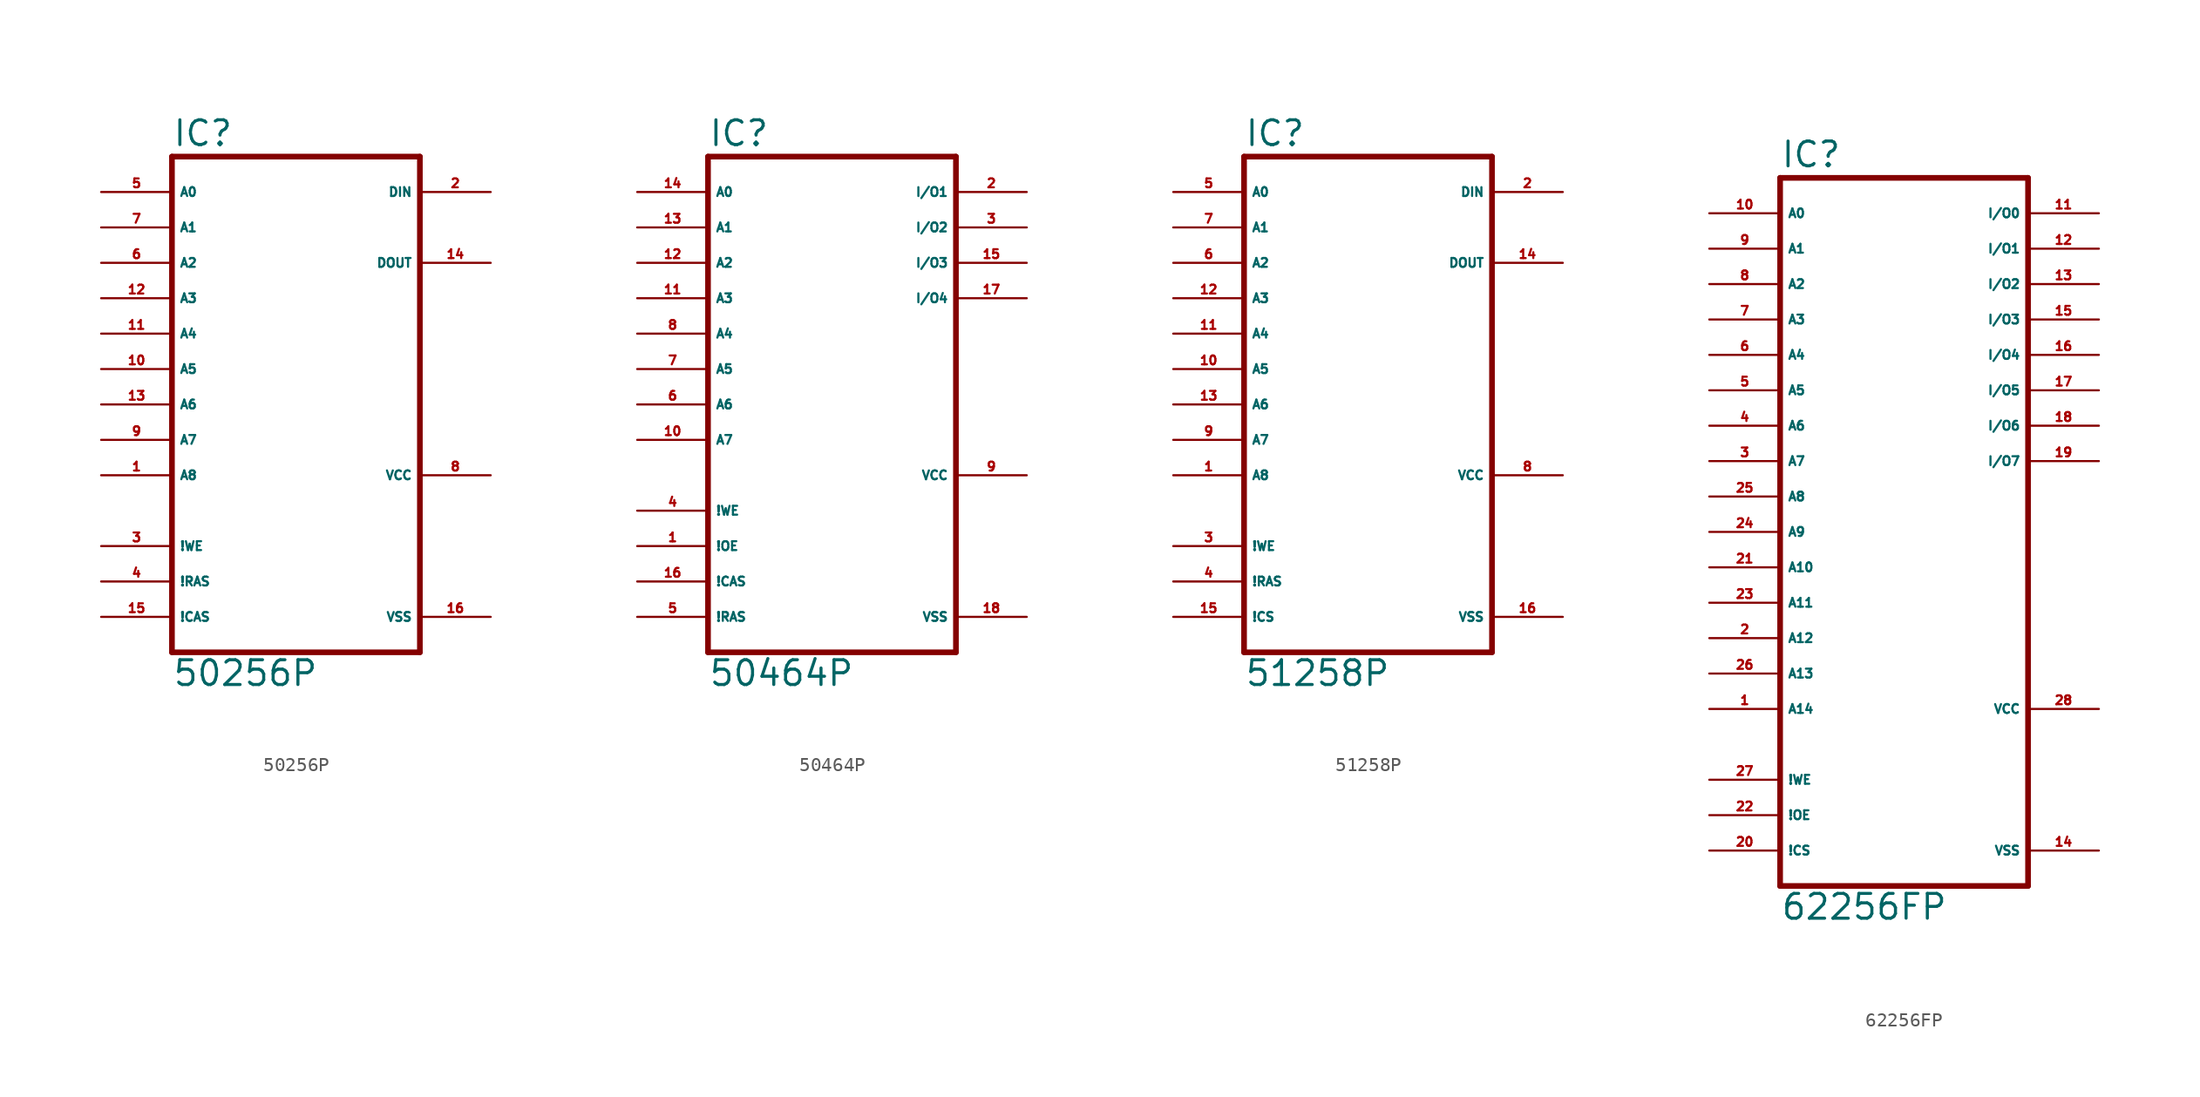
<source format=kicad_sym>
(kicad_symbol_lib
  (version 20220914)
  (generator Eagle2Kicad)
  (symbol "50256P"
    (property "Reference" "IC"
      (at -10.16 18.415 0)
      (effects (font (size 1.778 1.778) (thickness 0.22)) (justify left bottom)))
    (property "Value" "50256P"
      (at -10.16 -20.32 0)
      (effects (font (size 1.778 1.778) (thickness 0.22)) (justify left bottom)))
    (polyline
      (pts (xy -10.16 -17.78) (xy 7.62 -17.78))
      (stroke (width 0.406) (type default))
      (fill (type none)))
    (polyline
      (pts (xy 7.62 17.78) (xy 7.62 -17.78))
      (stroke (width 0.406) (type default))
      (fill (type none)))
    (polyline
      (pts (xy 7.62 17.78) (xy -10.16 17.78))
      (stroke (width 0.406) (type default))
      (fill (type none)))
    (polyline
      (pts (xy -10.16 -17.78) (xy -10.16 17.78))
      (stroke (width 0.406) (type default))
      (fill (type none)))
    (pin input line
      (at -15.24 15.24 0)
      (length 5.08)
      (name "A0" (effects (font (size 0.635 0.635) (thickness 0.08)) (justify left bottom)))
      (number "5" (effects (font (size 0.635 0.635) (thickness 0.08)) (justify left bottom))))
    (pin input line
      (at -15.24 12.7 0)
      (length 5.08)
      (name "A1" (effects (font (size 0.635 0.635) (thickness 0.08)) (justify left bottom)))
      (number "7" (effects (font (size 0.635 0.635) (thickness 0.08)) (justify left bottom))))
    (pin input line
      (at -15.24 10.16 0)
      (length 5.08)
      (name "A2" (effects (font (size 0.635 0.635) (thickness 0.08)) (justify left bottom)))
      (number "6" (effects (font (size 0.635 0.635) (thickness 0.08)) (justify left bottom))))
    (pin input line
      (at -15.24 7.62 0)
      (length 5.08)
      (name "A3" (effects (font (size 0.635 0.635) (thickness 0.08)) (justify left bottom)))
      (number "12" (effects (font (size 0.635 0.635) (thickness 0.08)) (justify left bottom))))
    (pin input line
      (at -15.24 5.08 0)
      (length 5.08)
      (name "A4" (effects (font (size 0.635 0.635) (thickness 0.08)) (justify left bottom)))
      (number "11" (effects (font (size 0.635 0.635) (thickness 0.08)) (justify left bottom))))
    (pin input line
      (at -15.24 2.54 0)
      (length 5.08)
      (name "A5" (effects (font (size 0.635 0.635) (thickness 0.08)) (justify left bottom)))
      (number "10" (effects (font (size 0.635 0.635) (thickness 0.08)) (justify left bottom))))
    (pin input line
      (at -15.24 0 0)
      (length 5.08)
      (name "A6" (effects (font (size 0.635 0.635) (thickness 0.08)) (justify left bottom)))
      (number "13" (effects (font (size 0.635 0.635) (thickness 0.08)) (justify left bottom))))
    (pin input line
      (at -15.24 -2.54 0)
      (length 5.08)
      (name "A7" (effects (font (size 0.635 0.635) (thickness 0.08)) (justify left bottom)))
      (number "9" (effects (font (size 0.635 0.635) (thickness 0.08)) (justify left bottom))))
    (pin input line
      (at -15.24 -5.08 0)
      (length 5.08)
      (name "A8" (effects (font (size 0.635 0.635) (thickness 0.08)) (justify left bottom)))
      (number "1" (effects (font (size 0.635 0.635) (thickness 0.08)) (justify left bottom))))
    (pin input line
      (at -15.24 -10.16 0)
      (length 5.08)
      (name "!WE" (effects (font (size 0.635 0.635) (thickness 0.08)) (justify left bottom)))
      (number "3" (effects (font (size 0.635 0.635) (thickness 0.08)) (justify left bottom))))
    (pin input line
      (at -15.24 -12.7 0)
      (length 5.08)
      (name "!RAS" (effects (font (size 0.635 0.635) (thickness 0.08)) (justify left bottom)))
      (number "4" (effects (font (size 0.635 0.635) (thickness 0.08)) (justify left bottom))))
    (pin input line
      (at -15.24 -15.24 0)
      (length 5.08)
      (name "!CAS" (effects (font (size 0.635 0.635) (thickness 0.08)) (justify left bottom)))
      (number "15" (effects (font (size 0.635 0.635) (thickness 0.08)) (justify left bottom))))
    (pin unspecified line
      (at 12.7 -15.24 180)
      (length 5.08)
      (name "VSS" (effects (font (size 0.635 0.635) (thickness 0.08)) (justify left bottom)))
      (number "16" (effects (font (size 0.635 0.635) (thickness 0.08)) (justify left bottom))))
    (pin unspecified line
      (at 12.7 -5.08 180)
      (length 5.08)
      (name "VCC" (effects (font (size 0.635 0.635) (thickness 0.08)) (justify left bottom)))
      (number "8" (effects (font (size 0.635 0.635) (thickness 0.08)) (justify left bottom))))
    (pin input line
      (at 12.7 15.24 180)
      (length 5.08)
      (name "DIN" (effects (font (size 0.635 0.635) (thickness 0.08)) (justify left bottom)))
      (number "2" (effects (font (size 0.635 0.635) (thickness 0.08)) (justify left bottom))))
    (pin tri_state line
      (at 12.7 10.16 180)
      (length 5.08)
      (name "DOUT" (effects (font (size 0.635 0.635) (thickness 0.08)) (justify left bottom)))
      (number "14" (effects (font (size 0.635 0.635) (thickness 0.08)) (justify left bottom)))))
  (symbol "50464P"
    (property "Reference" "IC"
      (at -10.16 15.875 0)
      (effects (font (size 1.778 1.778) (thickness 0.22)) (justify left bottom)))
    (property "Value" "50464P"
      (at -10.16 -22.86 0)
      (effects (font (size 1.778 1.778) (thickness 0.22)) (justify left bottom)))
    (polyline
      (pts (xy -10.16 -20.32) (xy 7.62 -20.32))
      (stroke (width 0.406) (type default))
      (fill (type none)))
    (polyline
      (pts (xy 7.62 15.24) (xy 7.62 -20.32))
      (stroke (width 0.406) (type default))
      (fill (type none)))
    (polyline
      (pts (xy 7.62 15.24) (xy -10.16 15.24))
      (stroke (width 0.406) (type default))
      (fill (type none)))
    (polyline
      (pts (xy -10.16 -20.32) (xy -10.16 15.24))
      (stroke (width 0.406) (type default))
      (fill (type none)))
    (pin input line
      (at -15.24 12.7 0)
      (length 5.08)
      (name "A0" (effects (font (size 0.635 0.635) (thickness 0.08)) (justify left bottom)))
      (number "14" (effects (font (size 0.635 0.635) (thickness 0.08)) (justify left bottom))))
    (pin input line
      (at -15.24 10.16 0)
      (length 5.08)
      (name "A1" (effects (font (size 0.635 0.635) (thickness 0.08)) (justify left bottom)))
      (number "13" (effects (font (size 0.635 0.635) (thickness 0.08)) (justify left bottom))))
    (pin input line
      (at -15.24 7.62 0)
      (length 5.08)
      (name "A2" (effects (font (size 0.635 0.635) (thickness 0.08)) (justify left bottom)))
      (number "12" (effects (font (size 0.635 0.635) (thickness 0.08)) (justify left bottom))))
    (pin input line
      (at -15.24 5.08 0)
      (length 5.08)
      (name "A3" (effects (font (size 0.635 0.635) (thickness 0.08)) (justify left bottom)))
      (number "11" (effects (font (size 0.635 0.635) (thickness 0.08)) (justify left bottom))))
    (pin input line
      (at -15.24 2.54 0)
      (length 5.08)
      (name "A4" (effects (font (size 0.635 0.635) (thickness 0.08)) (justify left bottom)))
      (number "8" (effects (font (size 0.635 0.635) (thickness 0.08)) (justify left bottom))))
    (pin input line
      (at -15.24 0 0)
      (length 5.08)
      (name "A5" (effects (font (size 0.635 0.635) (thickness 0.08)) (justify left bottom)))
      (number "7" (effects (font (size 0.635 0.635) (thickness 0.08)) (justify left bottom))))
    (pin input line
      (at -15.24 -2.54 0)
      (length 5.08)
      (name "A6" (effects (font (size 0.635 0.635) (thickness 0.08)) (justify left bottom)))
      (number "6" (effects (font (size 0.635 0.635) (thickness 0.08)) (justify left bottom))))
    (pin input line
      (at -15.24 -5.08 0)
      (length 5.08)
      (name "A7" (effects (font (size 0.635 0.635) (thickness 0.08)) (justify left bottom)))
      (number "10" (effects (font (size 0.635 0.635) (thickness 0.08)) (justify left bottom))))
    (pin bidirectional line
      (at 12.7 12.7 180)
      (length 5.08)
      (name "I/O1" (effects (font (size 0.635 0.635) (thickness 0.08)) (justify left bottom)))
      (number "2" (effects (font (size 0.635 0.635) (thickness 0.08)) (justify left bottom))))
    (pin bidirectional line
      (at 12.7 10.16 180)
      (length 5.08)
      (name "I/O2" (effects (font (size 0.635 0.635) (thickness 0.08)) (justify left bottom)))
      (number "3" (effects (font (size 0.635 0.635) (thickness 0.08)) (justify left bottom))))
    (pin bidirectional line
      (at 12.7 7.62 180)
      (length 5.08)
      (name "I/O3" (effects (font (size 0.635 0.635) (thickness 0.08)) (justify left bottom)))
      (number "15" (effects (font (size 0.635 0.635) (thickness 0.08)) (justify left bottom))))
    (pin bidirectional line
      (at 12.7 5.08 180)
      (length 5.08)
      (name "I/O4" (effects (font (size 0.635 0.635) (thickness 0.08)) (justify left bottom)))
      (number "17" (effects (font (size 0.635 0.635) (thickness 0.08)) (justify left bottom))))
    (pin input line
      (at -15.24 -12.7 0)
      (length 5.08)
      (name "!OE" (effects (font (size 0.635 0.635) (thickness 0.08)) (justify left bottom)))
      (number "1" (effects (font (size 0.635 0.635) (thickness 0.08)) (justify left bottom))))
    (pin input line
      (at -15.24 -10.16 0)
      (length 5.08)
      (name "!WE" (effects (font (size 0.635 0.635) (thickness 0.08)) (justify left bottom)))
      (number "4" (effects (font (size 0.635 0.635) (thickness 0.08)) (justify left bottom))))
    (pin input line
      (at -15.24 -15.24 0)
      (length 5.08)
      (name "!CAS" (effects (font (size 0.635 0.635) (thickness 0.08)) (justify left bottom)))
      (number "16" (effects (font (size 0.635 0.635) (thickness 0.08)) (justify left bottom))))
    (pin input line
      (at -15.24 -17.78 0)
      (length 5.08)
      (name "!RAS" (effects (font (size 0.635 0.635) (thickness 0.08)) (justify left bottom)))
      (number "5" (effects (font (size 0.635 0.635) (thickness 0.08)) (justify left bottom))))
    (pin unspecified line
      (at 12.7 -17.78 180)
      (length 5.08)
      (name "VSS" (effects (font (size 0.635 0.635) (thickness 0.08)) (justify left bottom)))
      (number "18" (effects (font (size 0.635 0.635) (thickness 0.08)) (justify left bottom))))
    (pin unspecified line
      (at 12.7 -7.62 180)
      (length 5.08)
      (name "VCC" (effects (font (size 0.635 0.635) (thickness 0.08)) (justify left bottom)))
      (number "9" (effects (font (size 0.635 0.635) (thickness 0.08)) (justify left bottom)))))
  (symbol "51258P"
    (property "Reference" "IC"
      (at -10.16 18.415 0)
      (effects (font (size 1.778 1.778) (thickness 0.22)) (justify left bottom)))
    (property "Value" "51258P"
      (at -10.16 -20.32 0)
      (effects (font (size 1.778 1.778) (thickness 0.22)) (justify left bottom)))
    (polyline
      (pts (xy -10.16 -17.78) (xy 7.62 -17.78))
      (stroke (width 0.406) (type default))
      (fill (type none)))
    (polyline
      (pts (xy 7.62 17.78) (xy 7.62 -17.78))
      (stroke (width 0.406) (type default))
      (fill (type none)))
    (polyline
      (pts (xy 7.62 17.78) (xy -10.16 17.78))
      (stroke (width 0.406) (type default))
      (fill (type none)))
    (polyline
      (pts (xy -10.16 -17.78) (xy -10.16 17.78))
      (stroke (width 0.406) (type default))
      (fill (type none)))
    (pin input line
      (at -15.24 15.24 0)
      (length 5.08)
      (name "A0" (effects (font (size 0.635 0.635) (thickness 0.08)) (justify left bottom)))
      (number "5" (effects (font (size 0.635 0.635) (thickness 0.08)) (justify left bottom))))
    (pin input line
      (at -15.24 12.7 0)
      (length 5.08)
      (name "A1" (effects (font (size 0.635 0.635) (thickness 0.08)) (justify left bottom)))
      (number "7" (effects (font (size 0.635 0.635) (thickness 0.08)) (justify left bottom))))
    (pin input line
      (at -15.24 10.16 0)
      (length 5.08)
      (name "A2" (effects (font (size 0.635 0.635) (thickness 0.08)) (justify left bottom)))
      (number "6" (effects (font (size 0.635 0.635) (thickness 0.08)) (justify left bottom))))
    (pin input line
      (at -15.24 7.62 0)
      (length 5.08)
      (name "A3" (effects (font (size 0.635 0.635) (thickness 0.08)) (justify left bottom)))
      (number "12" (effects (font (size 0.635 0.635) (thickness 0.08)) (justify left bottom))))
    (pin input line
      (at -15.24 5.08 0)
      (length 5.08)
      (name "A4" (effects (font (size 0.635 0.635) (thickness 0.08)) (justify left bottom)))
      (number "11" (effects (font (size 0.635 0.635) (thickness 0.08)) (justify left bottom))))
    (pin input line
      (at -15.24 2.54 0)
      (length 5.08)
      (name "A5" (effects (font (size 0.635 0.635) (thickness 0.08)) (justify left bottom)))
      (number "10" (effects (font (size 0.635 0.635) (thickness 0.08)) (justify left bottom))))
    (pin input line
      (at -15.24 0 0)
      (length 5.08)
      (name "A6" (effects (font (size 0.635 0.635) (thickness 0.08)) (justify left bottom)))
      (number "13" (effects (font (size 0.635 0.635) (thickness 0.08)) (justify left bottom))))
    (pin input line
      (at -15.24 -2.54 0)
      (length 5.08)
      (name "A7" (effects (font (size 0.635 0.635) (thickness 0.08)) (justify left bottom)))
      (number "9" (effects (font (size 0.635 0.635) (thickness 0.08)) (justify left bottom))))
    (pin input line
      (at -15.24 -5.08 0)
      (length 5.08)
      (name "A8" (effects (font (size 0.635 0.635) (thickness 0.08)) (justify left bottom)))
      (number "1" (effects (font (size 0.635 0.635) (thickness 0.08)) (justify left bottom))))
    (pin input line
      (at -15.24 -10.16 0)
      (length 5.08)
      (name "!WE" (effects (font (size 0.635 0.635) (thickness 0.08)) (justify left bottom)))
      (number "3" (effects (font (size 0.635 0.635) (thickness 0.08)) (justify left bottom))))
    (pin input line
      (at -15.24 -12.7 0)
      (length 5.08)
      (name "!RAS" (effects (font (size 0.635 0.635) (thickness 0.08)) (justify left bottom)))
      (number "4" (effects (font (size 0.635 0.635) (thickness 0.08)) (justify left bottom))))
    (pin input line
      (at -15.24 -15.24 0)
      (length 5.08)
      (name "!CS" (effects (font (size 0.635 0.635) (thickness 0.08)) (justify left bottom)))
      (number "15" (effects (font (size 0.635 0.635) (thickness 0.08)) (justify left bottom))))
    (pin unspecified line
      (at 12.7 -15.24 180)
      (length 5.08)
      (name "VSS" (effects (font (size 0.635 0.635) (thickness 0.08)) (justify left bottom)))
      (number "16" (effects (font (size 0.635 0.635) (thickness 0.08)) (justify left bottom))))
    (pin unspecified line
      (at 12.7 -5.08 180)
      (length 5.08)
      (name "VCC" (effects (font (size 0.635 0.635) (thickness 0.08)) (justify left bottom)))
      (number "8" (effects (font (size 0.635 0.635) (thickness 0.08)) (justify left bottom))))
    (pin input line
      (at 12.7 15.24 180)
      (length 5.08)
      (name "DIN" (effects (font (size 0.635 0.635) (thickness 0.08)) (justify left bottom)))
      (number "2" (effects (font (size 0.635 0.635) (thickness 0.08)) (justify left bottom))))
    (pin tri_state line
      (at 12.7 10.16 180)
      (length 5.08)
      (name "DOUT" (effects (font (size 0.635 0.635) (thickness 0.08)) (justify left bottom)))
      (number "14" (effects (font (size 0.635 0.635) (thickness 0.08)) (justify left bottom)))))
  (symbol "62256FP"
    (property "Reference" "IC"
      (at -10.16 20.955 0)
      (effects (font (size 1.778 1.778) (thickness 0.22)) (justify left bottom)))
    (property "Value" "62256FP"
      (at -10.16 -33.02 0)
      (effects (font (size 1.778 1.778) (thickness 0.22)) (justify left bottom)))
    (polyline
      (pts (xy -10.16 -30.48) (xy 7.62 -30.48))
      (stroke (width 0.406) (type default))
      (fill (type none)))
    (polyline
      (pts (xy 7.62 20.32) (xy 7.62 -30.48))
      (stroke (width 0.406) (type default))
      (fill (type none)))
    (polyline
      (pts (xy 7.62 20.32) (xy -10.16 20.32))
      (stroke (width 0.406) (type default))
      (fill (type none)))
    (polyline
      (pts (xy -10.16 -30.48) (xy -10.16 20.32))
      (stroke (width 0.406) (type default))
      (fill (type none)))
    (pin input line
      (at -15.24 17.78 0)
      (length 5.08)
      (name "A0" (effects (font (size 0.635 0.635) (thickness 0.08)) (justify left bottom)))
      (number "10" (effects (font (size 0.635 0.635) (thickness 0.08)) (justify left bottom))))
    (pin input line
      (at -15.24 15.24 0)
      (length 5.08)
      (name "A1" (effects (font (size 0.635 0.635) (thickness 0.08)) (justify left bottom)))
      (number "9" (effects (font (size 0.635 0.635) (thickness 0.08)) (justify left bottom))))
    (pin input line
      (at -15.24 12.7 0)
      (length 5.08)
      (name "A2" (effects (font (size 0.635 0.635) (thickness 0.08)) (justify left bottom)))
      (number "8" (effects (font (size 0.635 0.635) (thickness 0.08)) (justify left bottom))))
    (pin input line
      (at -15.24 10.16 0)
      (length 5.08)
      (name "A3" (effects (font (size 0.635 0.635) (thickness 0.08)) (justify left bottom)))
      (number "7" (effects (font (size 0.635 0.635) (thickness 0.08)) (justify left bottom))))
    (pin input line
      (at -15.24 7.62 0)
      (length 5.08)
      (name "A4" (effects (font (size 0.635 0.635) (thickness 0.08)) (justify left bottom)))
      (number "6" (effects (font (size 0.635 0.635) (thickness 0.08)) (justify left bottom))))
    (pin input line
      (at -15.24 5.08 0)
      (length 5.08)
      (name "A5" (effects (font (size 0.635 0.635) (thickness 0.08)) (justify left bottom)))
      (number "5" (effects (font (size 0.635 0.635) (thickness 0.08)) (justify left bottom))))
    (pin input line
      (at -15.24 2.54 0)
      (length 5.08)
      (name "A6" (effects (font (size 0.635 0.635) (thickness 0.08)) (justify left bottom)))
      (number "4" (effects (font (size 0.635 0.635) (thickness 0.08)) (justify left bottom))))
    (pin input line
      (at -15.24 0 0)
      (length 5.08)
      (name "A7" (effects (font (size 0.635 0.635) (thickness 0.08)) (justify left bottom)))
      (number "3" (effects (font (size 0.635 0.635) (thickness 0.08)) (justify left bottom))))
    (pin input line
      (at -15.24 -2.54 0)
      (length 5.08)
      (name "A8" (effects (font (size 0.635 0.635) (thickness 0.08)) (justify left bottom)))
      (number "25" (effects (font (size 0.635 0.635) (thickness 0.08)) (justify left bottom))))
    (pin input line
      (at -15.24 -5.08 0)
      (length 5.08)
      (name "A9" (effects (font (size 0.635 0.635) (thickness 0.08)) (justify left bottom)))
      (number "24" (effects (font (size 0.635 0.635) (thickness 0.08)) (justify left bottom))))
    (pin input line
      (at -15.24 -7.62 0)
      (length 5.08)
      (name "A10" (effects (font (size 0.635 0.635) (thickness 0.08)) (justify left bottom)))
      (number "21" (effects (font (size 0.635 0.635) (thickness 0.08)) (justify left bottom))))
    (pin input line
      (at -15.24 -10.16 0)
      (length 5.08)
      (name "A11" (effects (font (size 0.635 0.635) (thickness 0.08)) (justify left bottom)))
      (number "23" (effects (font (size 0.635 0.635) (thickness 0.08)) (justify left bottom))))
    (pin input line
      (at -15.24 -12.7 0)
      (length 5.08)
      (name "A12" (effects (font (size 0.635 0.635) (thickness 0.08)) (justify left bottom)))
      (number "2" (effects (font (size 0.635 0.635) (thickness 0.08)) (justify left bottom))))
    (pin input line
      (at -15.24 -15.24 0)
      (length 5.08)
      (name "A13" (effects (font (size 0.635 0.635) (thickness 0.08)) (justify left bottom)))
      (number "26" (effects (font (size 0.635 0.635) (thickness 0.08)) (justify left bottom))))
    (pin input line
      (at -15.24 -17.78 0)
      (length 5.08)
      (name "A14" (effects (font (size 0.635 0.635) (thickness 0.08)) (justify left bottom)))
      (number "1" (effects (font (size 0.635 0.635) (thickness 0.08)) (justify left bottom))))
    (pin input line
      (at -15.24 -22.86 0)
      (length 5.08)
      (name "!WE" (effects (font (size 0.635 0.635) (thickness 0.08)) (justify left bottom)))
      (number "27" (effects (font (size 0.635 0.635) (thickness 0.08)) (justify left bottom))))
    (pin input line
      (at -15.24 -25.4 0)
      (length 5.08)
      (name "!OE" (effects (font (size 0.635 0.635) (thickness 0.08)) (justify left bottom)))
      (number "22" (effects (font (size 0.635 0.635) (thickness 0.08)) (justify left bottom))))
    (pin input line
      (at -15.24 -27.94 0)
      (length 5.08)
      (name "!CS" (effects (font (size 0.635 0.635) (thickness 0.08)) (justify left bottom)))
      (number "20" (effects (font (size 0.635 0.635) (thickness 0.08)) (justify left bottom))))
    (pin bidirectional line
      (at 12.7 17.78 180)
      (length 5.08)
      (name "I/O0" (effects (font (size 0.635 0.635) (thickness 0.08)) (justify left bottom)))
      (number "11" (effects (font (size 0.635 0.635) (thickness 0.08)) (justify left bottom))))
    (pin bidirectional line
      (at 12.7 15.24 180)
      (length 5.08)
      (name "I/O1" (effects (font (size 0.635 0.635) (thickness 0.08)) (justify left bottom)))
      (number "12" (effects (font (size 0.635 0.635) (thickness 0.08)) (justify left bottom))))
    (pin bidirectional line
      (at 12.7 12.7 180)
      (length 5.08)
      (name "I/O2" (effects (font (size 0.635 0.635) (thickness 0.08)) (justify left bottom)))
      (number "13" (effects (font (size 0.635 0.635) (thickness 0.08)) (justify left bottom))))
    (pin bidirectional line
      (at 12.7 10.16 180)
      (length 5.08)
      (name "I/O3" (effects (font (size 0.635 0.635) (thickness 0.08)) (justify left bottom)))
      (number "15" (effects (font (size 0.635 0.635) (thickness 0.08)) (justify left bottom))))
    (pin bidirectional line
      (at 12.7 7.62 180)
      (length 5.08)
      (name "I/O4" (effects (font (size 0.635 0.635) (thickness 0.08)) (justify left bottom)))
      (number "16" (effects (font (size 0.635 0.635) (thickness 0.08)) (justify left bottom))))
    (pin bidirectional line
      (at 12.7 5.08 180)
      (length 5.08)
      (name "I/O5" (effects (font (size 0.635 0.635) (thickness 0.08)) (justify left bottom)))
      (number "17" (effects (font (size 0.635 0.635) (thickness 0.08)) (justify left bottom))))
    (pin bidirectional line
      (at 12.7 2.54 180)
      (length 5.08)
      (name "I/O6" (effects (font (size 0.635 0.635) (thickness 0.08)) (justify left bottom)))
      (number "18" (effects (font (size 0.635 0.635) (thickness 0.08)) (justify left bottom))))
    (pin bidirectional line
      (at 12.7 0 180)
      (length 5.08)
      (name "I/O7" (effects (font (size 0.635 0.635) (thickness 0.08)) (justify left bottom)))
      (number "19" (effects (font (size 0.635 0.635) (thickness 0.08)) (justify left bottom))))
    (pin unspecified line
      (at 12.7 -27.94 180)
      (length 5.08)
      (name "VSS" (effects (font (size 0.635 0.635) (thickness 0.08)) (justify left bottom)))
      (number "14" (effects (font (size 0.635 0.635) (thickness 0.08)) (justify left bottom))))
    (pin unspecified line
      (at 12.7 -17.78 180)
      (length 5.08)
      (name "VCC" (effects (font (size 0.635 0.635) (thickness 0.08)) (justify left bottom)))
      (number "28" (effects (font (size 0.635 0.635) (thickness 0.08)) (justify left bottom))))))
</source>
